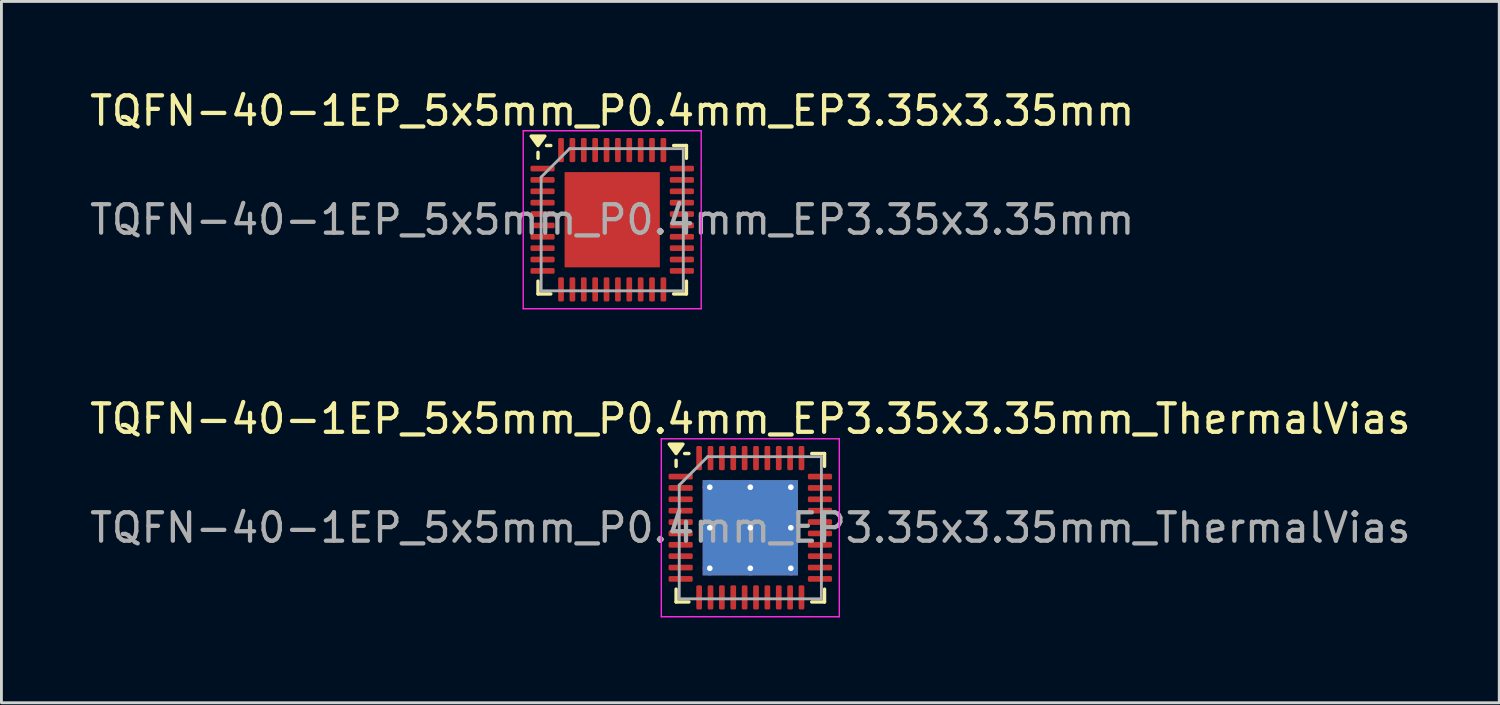
<source format=kicad_pcb>
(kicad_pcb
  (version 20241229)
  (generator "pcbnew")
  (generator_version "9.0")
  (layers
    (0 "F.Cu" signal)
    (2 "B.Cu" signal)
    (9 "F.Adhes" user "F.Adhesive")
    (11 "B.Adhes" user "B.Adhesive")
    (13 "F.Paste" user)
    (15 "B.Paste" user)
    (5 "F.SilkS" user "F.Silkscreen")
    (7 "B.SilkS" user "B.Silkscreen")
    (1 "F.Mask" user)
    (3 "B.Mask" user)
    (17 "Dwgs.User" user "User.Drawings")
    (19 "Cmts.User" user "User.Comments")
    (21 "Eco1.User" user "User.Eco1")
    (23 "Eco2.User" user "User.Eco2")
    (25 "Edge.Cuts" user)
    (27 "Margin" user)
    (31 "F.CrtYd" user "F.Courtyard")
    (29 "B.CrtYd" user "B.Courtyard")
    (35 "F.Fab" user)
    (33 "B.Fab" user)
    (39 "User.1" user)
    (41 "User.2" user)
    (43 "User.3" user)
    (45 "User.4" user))
  (footprint "TQFN-40-1EP_5x5mm_P0.4mm_EP3.35x3.35mm"
    (layer "F.Cu")
    (at 18.482 4.678)
    (property "Reference" "TQFN-40-1EP_5x5mm_P0.4mm_EP3.35x3.35mm" (at 0 -3.83 0) (layer "F.SilkS") (effects (font (size 1 1) (thickness 0.15))))
    (attr smd)
    (fp_line (start -2.61 -2.16) (end -2.61 -2.37) (stroke (width 0.12) (type solid)) (layer "F.SilkS"))
    (fp_line (start -2.61 2.61) (end -2.61 2.16) (stroke (width 0.12) (type solid)) (layer "F.SilkS"))
    (fp_line (start -2.16 -2.61) (end -2.31 -2.61) (stroke (width 0.12) (type solid)) (layer "F.SilkS"))
    (fp_line (start -2.16 2.61) (end -2.61 2.61) (stroke (width 0.12) (type solid)) (layer "F.SilkS"))
    (fp_line (start 2.16 -2.61) (end 2.61 -2.61) (stroke (width 0.12) (type solid)) (layer "F.SilkS"))
    (fp_line (start 2.16 2.61) (end 2.61 2.61) (stroke (width 0.12) (type solid)) (layer "F.SilkS"))
    (fp_line (start 2.61 -2.61) (end 2.61 -2.16) (stroke (width 0.12) (type solid)) (layer "F.SilkS"))
    (fp_line (start 2.61 2.61) (end 2.61 2.16) (stroke (width 0.12) (type solid)) (layer "F.SilkS"))
    (fp_poly (pts (xy -2.61 -2.61) (xy -2.85 -2.94) (xy -2.37 -2.94) (xy -2.61 -2.61)) (stroke (width 0.12) (type solid)) (fill yes) (layer "F.SilkS"))
    (fp_line (start -3.13 -3.13) (end -3.13 3.13) (stroke (width 0.05) (type solid)) (layer "F.CrtYd"))
    (fp_line (start -3.13 3.13) (end 3.13 3.13) (stroke (width 0.05) (type solid)) (layer "F.CrtYd"))
    (fp_line (start 3.13 -3.13) (end -3.13 -3.13) (stroke (width 0.05) (type solid)) (layer "F.CrtYd"))
    (fp_line (start 3.13 3.13) (end 3.13 -3.13) (stroke (width 0.05) (type solid)) (layer "F.CrtYd"))
    (fp_line (start -2.5 -1.5) (end -1.5 -2.5) (stroke (width 0.1) (type solid)) (layer "F.Fab"))
    (fp_line (start -2.5 2.5) (end -2.5 -1.5) (stroke (width 0.1) (type solid)) (layer "F.Fab"))
    (fp_line (start -1.5 -2.5) (end 2.5 -2.5) (stroke (width 0.1) (type solid)) (layer "F.Fab"))
    (fp_line (start 2.5 -2.5) (end 2.5 2.5) (stroke (width 0.1) (type solid)) (layer "F.Fab"))
    (fp_line (start 2.5 2.5) (end -2.5 2.5) (stroke (width 0.1) (type solid)) (layer "F.Fab"))
    (fp_text user "${REFERENCE}" (at 0 0 0) (layer "F.Fab") (effects (font (size 1 1) (thickness 0.15))))
    (pad "" smd roundrect (at -0.84 -0.84) (size 1.35 1.35) (layers "F.Paste") (roundrect_rratio 0.185))
    (pad "" smd roundrect (at -0.84 0.84) (size 1.35 1.35) (layers "F.Paste") (roundrect_rratio 0.185))
    (pad "" smd roundrect (at 0.84 -0.84) (size 1.35 1.35) (layers "F.Paste") (roundrect_rratio 0.185))
    (pad "" smd roundrect (at 0.84 0.84) (size 1.35 1.35) (layers "F.Paste") (roundrect_rratio 0.185))
    (pad "1" smd roundrect (at -2.45 -1.8) (size 0.85 0.2) (layers "F.Cu" "F.Mask" "F.Paste") (roundrect_rratio 0.25))
    (pad "2" smd roundrect (at -2.45 -1.4) (size 0.85 0.2) (layers "F.Cu" "F.Mask" "F.Paste") (roundrect_rratio 0.25))
    (pad "3" smd roundrect (at -2.45 -1) (size 0.85 0.2) (layers "F.Cu" "F.Mask" "F.Paste") (roundrect_rratio 0.25))
    (pad "4" smd roundrect (at -2.45 -0.6) (size 0.85 0.2) (layers "F.Cu" "F.Mask" "F.Paste") (roundrect_rratio 0.25))
    (pad "5" smd roundrect (at -2.45 -0.2) (size 0.85 0.2) (layers "F.Cu" "F.Mask" "F.Paste") (roundrect_rratio 0.25))
    (pad "6" smd roundrect (at -2.45 0.2) (size 0.85 0.2) (layers "F.Cu" "F.Mask" "F.Paste") (roundrect_rratio 0.25))
    (pad "7" smd roundrect (at -2.45 0.6) (size 0.85 0.2) (layers "F.Cu" "F.Mask" "F.Paste") (roundrect_rratio 0.25))
    (pad "8" smd roundrect (at -2.45 1) (size 0.85 0.2) (layers "F.Cu" "F.Mask" "F.Paste") (roundrect_rratio 0.25))
    (pad "9" smd roundrect (at -2.45 1.4) (size 0.85 0.2) (layers "F.Cu" "F.Mask" "F.Paste") (roundrect_rratio 0.25))
    (pad "10" smd roundrect (at -2.45 1.8) (size 0.85 0.2) (layers "F.Cu" "F.Mask" "F.Paste") (roundrect_rratio 0.25))
    (pad "11" smd roundrect (at -1.8 2.45) (size 0.2 0.85) (layers "F.Cu" "F.Mask" "F.Paste") (roundrect_rratio 0.25))
    (pad "12" smd roundrect (at -1.4 2.45) (size 0.2 0.85) (layers "F.Cu" "F.Mask" "F.Paste") (roundrect_rratio 0.25))
    (pad "13" smd roundrect (at -1 2.45) (size 0.2 0.85) (layers "F.Cu" "F.Mask" "F.Paste") (roundrect_rratio 0.25))
    (pad "14" smd roundrect (at -0.6 2.45) (size 0.2 0.85) (layers "F.Cu" "F.Mask" "F.Paste") (roundrect_rratio 0.25))
    (pad "15" smd roundrect (at -0.2 2.45) (size 0.2 0.85) (layers "F.Cu" "F.Mask" "F.Paste") (roundrect_rratio 0.25))
    (pad "16" smd roundrect (at 0.2 2.45) (size 0.2 0.85) (layers "F.Cu" "F.Mask" "F.Paste") (roundrect_rratio 0.25))
    (pad "17" smd roundrect (at 0.6 2.45) (size 0.2 0.85) (layers "F.Cu" "F.Mask" "F.Paste") (roundrect_rratio 0.25))
    (pad "18" smd roundrect (at 1 2.45) (size 0.2 0.85) (layers "F.Cu" "F.Mask" "F.Paste") (roundrect_rratio 0.25))
    (pad "19" smd roundrect (at 1.4 2.45) (size 0.2 0.85) (layers "F.Cu" "F.Mask" "F.Paste") (roundrect_rratio 0.25))
    (pad "20" smd roundrect (at 1.8 2.45) (size 0.2 0.85) (layers "F.Cu" "F.Mask" "F.Paste") (roundrect_rratio 0.25))
    (pad "21" smd roundrect (at 2.45 1.8) (size 0.85 0.2) (layers "F.Cu" "F.Mask" "F.Paste") (roundrect_rratio 0.25))
    (pad "22" smd roundrect (at 2.45 1.4) (size 0.85 0.2) (layers "F.Cu" "F.Mask" "F.Paste") (roundrect_rratio 0.25))
    (pad "23" smd roundrect (at 2.45 1) (size 0.85 0.2) (layers "F.Cu" "F.Mask" "F.Paste") (roundrect_rratio 0.25))
    (pad "24" smd roundrect (at 2.45 0.6) (size 0.85 0.2) (layers "F.Cu" "F.Mask" "F.Paste") (roundrect_rratio 0.25))
    (pad "25" smd roundrect (at 2.45 0.2) (size 0.85 0.2) (layers "F.Cu" "F.Mask" "F.Paste") (roundrect_rratio 0.25))
    (pad "26" smd roundrect (at 2.45 -0.2) (size 0.85 0.2) (layers "F.Cu" "F.Mask" "F.Paste") (roundrect_rratio 0.25))
    (pad "27" smd roundrect (at 2.45 -0.6) (size 0.85 0.2) (layers "F.Cu" "F.Mask" "F.Paste") (roundrect_rratio 0.25))
    (pad "28" smd roundrect (at 2.45 -1) (size 0.85 0.2) (layers "F.Cu" "F.Mask" "F.Paste") (roundrect_rratio 0.25))
    (pad "29" smd roundrect (at 2.45 -1.4) (size 0.85 0.2) (layers "F.Cu" "F.Mask" "F.Paste") (roundrect_rratio 0.25))
    (pad "30" smd roundrect (at 2.45 -1.8) (size 0.85 0.2) (layers "F.Cu" "F.Mask" "F.Paste") (roundrect_rratio 0.25))
    (pad "31" smd roundrect (at 1.8 -2.45) (size 0.2 0.85) (layers "F.Cu" "F.Mask" "F.Paste") (roundrect_rratio 0.25))
    (pad "32" smd roundrect (at 1.4 -2.45) (size 0.2 0.85) (layers "F.Cu" "F.Mask" "F.Paste") (roundrect_rratio 0.25))
    (pad "33" smd roundrect (at 1 -2.45) (size 0.2 0.85) (layers "F.Cu" "F.Mask" "F.Paste") (roundrect_rratio 0.25))
    (pad "34" smd roundrect (at 0.6 -2.45) (size 0.2 0.85) (layers "F.Cu" "F.Mask" "F.Paste") (roundrect_rratio 0.25))
    (pad "35" smd roundrect (at 0.2 -2.45) (size 0.2 0.85) (layers "F.Cu" "F.Mask" "F.Paste") (roundrect_rratio 0.25))
    (pad "36" smd roundrect (at -0.2 -2.45) (size 0.2 0.85) (layers "F.Cu" "F.Mask" "F.Paste") (roundrect_rratio 0.25))
    (pad "37" smd roundrect (at -0.6 -2.45) (size 0.2 0.85) (layers "F.Cu" "F.Mask" "F.Paste") (roundrect_rratio 0.25))
    (pad "38" smd roundrect (at -1 -2.45) (size 0.2 0.85) (layers "F.Cu" "F.Mask" "F.Paste") (roundrect_rratio 0.25))
    (pad "39" smd roundrect (at -1.4 -2.45) (size 0.2 0.85) (layers "F.Cu" "F.Mask" "F.Paste") (roundrect_rratio 0.25))
    (pad "40" smd roundrect (at -1.8 -2.45) (size 0.2 0.85) (layers "F.Cu" "F.Mask" "F.Paste") (roundrect_rratio 0.25))
    (pad "41" smd rect (at 0 0) (size 3.35 3.35) (property pad_prop_heatsink) (layers "F.Cu" "F.Mask")))
  (footprint "TQFN-40-1EP_5x5mm_P0.4mm_EP3.35x3.35mm_ThermalVias"
    (layer "F.Cu")
    (at 23.339 15.511)
    (property "Reference" "TQFN-40-1EP_5x5mm_P0.4mm_EP3.35x3.35mm_ThermalVias" (at 0 -3.83 0) (layer "F.SilkS") (effects (font (size 1 1) (thickness 0.15))))
    (attr smd)
    (fp_line (start -2.61 -2.16) (end -2.61 -2.37) (stroke (width 0.12) (type solid)) (layer "F.SilkS"))
    (fp_line (start -2.61 2.61) (end -2.61 2.16) (stroke (width 0.12) (type solid)) (layer "F.SilkS"))
    (fp_line (start -2.16 -2.61) (end -2.31 -2.61) (stroke (width 0.12) (type solid)) (layer "F.SilkS"))
    (fp_line (start -2.16 2.61) (end -2.61 2.61) (stroke (width 0.12) (type solid)) (layer "F.SilkS"))
    (fp_line (start 2.16 -2.61) (end 2.61 -2.61) (stroke (width 0.12) (type solid)) (layer "F.SilkS"))
    (fp_line (start 2.16 2.61) (end 2.61 2.61) (stroke (width 0.12) (type solid)) (layer "F.SilkS"))
    (fp_line (start 2.61 -2.61) (end 2.61 -2.16) (stroke (width 0.12) (type solid)) (layer "F.SilkS"))
    (fp_line (start 2.61 2.61) (end 2.61 2.16) (stroke (width 0.12) (type solid)) (layer "F.SilkS"))
    (fp_poly (pts (xy -2.61 -2.61) (xy -2.85 -2.94) (xy -2.37 -2.94) (xy -2.61 -2.61)) (stroke (width 0.12) (type solid)) (fill yes) (layer "F.SilkS"))
    (fp_line (start -3.13 -3.13) (end -3.13 3.13) (stroke (width 0.05) (type solid)) (layer "F.CrtYd"))
    (fp_line (start -3.13 3.13) (end 3.13 3.13) (stroke (width 0.05) (type solid)) (layer "F.CrtYd"))
    (fp_line (start 3.13 -3.13) (end -3.13 -3.13) (stroke (width 0.05) (type solid)) (layer "F.CrtYd"))
    (fp_line (start 3.13 3.13) (end 3.13 -3.13) (stroke (width 0.05) (type solid)) (layer "F.CrtYd"))
    (fp_line (start -2.5 -1.5) (end -1.5 -2.5) (stroke (width 0.1) (type solid)) (layer "F.Fab"))
    (fp_line (start -2.5 2.5) (end -2.5 -1.5) (stroke (width 0.1) (type solid)) (layer "F.Fab"))
    (fp_line (start -1.5 -2.5) (end 2.5 -2.5) (stroke (width 0.1) (type solid)) (layer "F.Fab"))
    (fp_line (start 2.5 -2.5) (end 2.5 2.5) (stroke (width 0.1) (type solid)) (layer "F.Fab"))
    (fp_line (start 2.5 2.5) (end -2.5 2.5) (stroke (width 0.1) (type solid)) (layer "F.Fab"))
    (fp_text user "${REFERENCE}" (at 0 0 0) (layer "F.Fab") (effects (font (size 1 1) (thickness 0.15))))
    (pad "" smd roundrect (at -0.84 -0.84) (size 1.35 1.35) (layers "F.Paste") (roundrect_rratio 0.185))
    (pad "" smd roundrect (at -0.84 0.84) (size 1.35 1.35) (layers "F.Paste") (roundrect_rratio 0.185))
    (pad "" smd roundrect (at 0.84 -0.84) (size 1.35 1.35) (layers "F.Paste") (roundrect_rratio 0.185))
    (pad "" smd roundrect (at 0.84 0.84) (size 1.35 1.35) (layers "F.Paste") (roundrect_rratio 0.185))
    (pad "1" smd roundrect (at -2.45 -1.8) (size 0.85 0.2) (layers "F.Cu" "F.Mask" "F.Paste") (roundrect_rratio 0.25))
    (pad "2" smd roundrect (at -2.45 -1.4) (size 0.85 0.2) (layers "F.Cu" "F.Mask" "F.Paste") (roundrect_rratio 0.25))
    (pad "3" smd roundrect (at -2.45 -1) (size 0.85 0.2) (layers "F.Cu" "F.Mask" "F.Paste") (roundrect_rratio 0.25))
    (pad "4" smd roundrect (at -2.45 -0.6) (size 0.85 0.2) (layers "F.Cu" "F.Mask" "F.Paste") (roundrect_rratio 0.25))
    (pad "5" smd roundrect (at -2.45 -0.2) (size 0.85 0.2) (layers "F.Cu" "F.Mask" "F.Paste") (roundrect_rratio 0.25))
    (pad "6" smd roundrect (at -2.45 0.2) (size 0.85 0.2) (layers "F.Cu" "F.Mask" "F.Paste") (roundrect_rratio 0.25))
    (pad "7" smd roundrect (at -2.45 0.6) (size 0.85 0.2) (layers "F.Cu" "F.Mask" "F.Paste") (roundrect_rratio 0.25))
    (pad "8" smd roundrect (at -2.45 1) (size 0.85 0.2) (layers "F.Cu" "F.Mask" "F.Paste") (roundrect_rratio 0.25))
    (pad "9" smd roundrect (at -2.45 1.4) (size 0.85 0.2) (layers "F.Cu" "F.Mask" "F.Paste") (roundrect_rratio 0.25))
    (pad "10" smd roundrect (at -2.45 1.8) (size 0.85 0.2) (layers "F.Cu" "F.Mask" "F.Paste") (roundrect_rratio 0.25))
    (pad "11" smd roundrect (at -1.8 2.45) (size 0.2 0.85) (layers "F.Cu" "F.Mask" "F.Paste") (roundrect_rratio 0.25))
    (pad "12" smd roundrect (at -1.4 2.45) (size 0.2 0.85) (layers "F.Cu" "F.Mask" "F.Paste") (roundrect_rratio 0.25))
    (pad "13" smd roundrect (at -1 2.45) (size 0.2 0.85) (layers "F.Cu" "F.Mask" "F.Paste") (roundrect_rratio 0.25))
    (pad "14" smd roundrect (at -0.6 2.45) (size 0.2 0.85) (layers "F.Cu" "F.Mask" "F.Paste") (roundrect_rratio 0.25))
    (pad "15" smd roundrect (at -0.2 2.45) (size 0.2 0.85) (layers "F.Cu" "F.Mask" "F.Paste") (roundrect_rratio 0.25))
    (pad "16" smd roundrect (at 0.2 2.45) (size 0.2 0.85) (layers "F.Cu" "F.Mask" "F.Paste") (roundrect_rratio 0.25))
    (pad "17" smd roundrect (at 0.6 2.45) (size 0.2 0.85) (layers "F.Cu" "F.Mask" "F.Paste") (roundrect_rratio 0.25))
    (pad "18" smd roundrect (at 1 2.45) (size 0.2 0.85) (layers "F.Cu" "F.Mask" "F.Paste") (roundrect_rratio 0.25))
    (pad "19" smd roundrect (at 1.4 2.45) (size 0.2 0.85) (layers "F.Cu" "F.Mask" "F.Paste") (roundrect_rratio 0.25))
    (pad "20" smd roundrect (at 1.8 2.45) (size 0.2 0.85) (layers "F.Cu" "F.Mask" "F.Paste") (roundrect_rratio 0.25))
    (pad "21" smd roundrect (at 2.45 1.8) (size 0.85 0.2) (layers "F.Cu" "F.Mask" "F.Paste") (roundrect_rratio 0.25))
    (pad "22" smd roundrect (at 2.45 1.4) (size 0.85 0.2) (layers "F.Cu" "F.Mask" "F.Paste") (roundrect_rratio 0.25))
    (pad "23" smd roundrect (at 2.45 1) (size 0.85 0.2) (layers "F.Cu" "F.Mask" "F.Paste") (roundrect_rratio 0.25))
    (pad "24" smd roundrect (at 2.45 0.6) (size 0.85 0.2) (layers "F.Cu" "F.Mask" "F.Paste") (roundrect_rratio 0.25))
    (pad "25" smd roundrect (at 2.45 0.2) (size 0.85 0.2) (layers "F.Cu" "F.Mask" "F.Paste") (roundrect_rratio 0.25))
    (pad "26" smd roundrect (at 2.45 -0.2) (size 0.85 0.2) (layers "F.Cu" "F.Mask" "F.Paste") (roundrect_rratio 0.25))
    (pad "27" smd roundrect (at 2.45 -0.6) (size 0.85 0.2) (layers "F.Cu" "F.Mask" "F.Paste") (roundrect_rratio 0.25))
    (pad "28" smd roundrect (at 2.45 -1) (size 0.85 0.2) (layers "F.Cu" "F.Mask" "F.Paste") (roundrect_rratio 0.25))
    (pad "29" smd roundrect (at 2.45 -1.4) (size 0.85 0.2) (layers "F.Cu" "F.Mask" "F.Paste") (roundrect_rratio 0.25))
    (pad "30" smd roundrect (at 2.45 -1.8) (size 0.85 0.2) (layers "F.Cu" "F.Mask" "F.Paste") (roundrect_rratio 0.25))
    (pad "31" smd roundrect (at 1.8 -2.45) (size 0.2 0.85) (layers "F.Cu" "F.Mask" "F.Paste") (roundrect_rratio 0.25))
    (pad "32" smd roundrect (at 1.4 -2.45) (size 0.2 0.85) (layers "F.Cu" "F.Mask" "F.Paste") (roundrect_rratio 0.25))
    (pad "33" smd roundrect (at 1 -2.45) (size 0.2 0.85) (layers "F.Cu" "F.Mask" "F.Paste") (roundrect_rratio 0.25))
    (pad "34" smd roundrect (at 0.6 -2.45) (size 0.2 0.85) (layers "F.Cu" "F.Mask" "F.Paste") (roundrect_rratio 0.25))
    (pad "35" smd roundrect (at 0.2 -2.45) (size 0.2 0.85) (layers "F.Cu" "F.Mask" "F.Paste") (roundrect_rratio 0.25))
    (pad "36" smd roundrect (at -0.2 -2.45) (size 0.2 0.85) (layers "F.Cu" "F.Mask" "F.Paste") (roundrect_rratio 0.25))
    (pad "37" smd roundrect (at -0.6 -2.45) (size 0.2 0.85) (layers "F.Cu" "F.Mask" "F.Paste") (roundrect_rratio 0.25))
    (pad "38" smd roundrect (at -1 -2.45) (size 0.2 0.85) (layers "F.Cu" "F.Mask" "F.Paste") (roundrect_rratio 0.25))
    (pad "39" smd roundrect (at -1.4 -2.45) (size 0.2 0.85) (layers "F.Cu" "F.Mask" "F.Paste") (roundrect_rratio 0.25))
    (pad "40" smd roundrect (at -1.8 -2.45) (size 0.2 0.85) (layers "F.Cu" "F.Mask" "F.Paste") (roundrect_rratio 0.25))
    (pad "41" thru_hole circle (at -1.425 -1.425) (size 0.5 0.5) (drill 0.2) (property pad_prop_heatsink) (layers "*.Cu"))
    (pad "41" thru_hole circle (at -1.425 0) (size 0.5 0.5) (drill 0.2) (property pad_prop_heatsink) (layers "*.Cu"))
    (pad "41" thru_hole circle (at -1.425 1.425) (size 0.5 0.5) (drill 0.2) (property pad_prop_heatsink) (layers "*.Cu"))
    (pad "41" thru_hole circle (at 0 -1.425) (size 0.5 0.5) (drill 0.2) (property pad_prop_heatsink) (layers "*.Cu"))
    (pad "41" thru_hole circle (at 0 0) (size 0.5 0.5) (drill 0.2) (property pad_prop_heatsink) (layers "*.Cu"))
    (pad "41" smd rect (at 0 0) (size 3.35 3.35) (property pad_prop_heatsink) (layers "F.Cu" "F.Mask"))
    (pad "41" smd rect (at 0 0) (size 3.35 3.35) (property pad_prop_heatsink) (layers "B.Cu"))
    (pad "41" thru_hole circle (at 0 1.425) (size 0.5 0.5) (drill 0.2) (property pad_prop_heatsink) (layers "*.Cu"))
    (pad "41" thru_hole circle (at 1.425 -1.425) (size 0.5 0.5) (drill 0.2) (property pad_prop_heatsink) (layers "*.Cu"))
    (pad "41" thru_hole circle (at 1.425 0) (size 0.5 0.5) (drill 0.2) (property pad_prop_heatsink) (layers "*.Cu"))
    (pad "41" thru_hole circle (at 1.425 1.425) (size 0.5 0.5) (drill 0.2) (property pad_prop_heatsink) (layers "*.Cu")))
  (gr_rect
    (start -3 -3)
    (end 49.679 21.666)
    (stroke (width 0.1) (type default))
    (fill no)
    (layer "Edge.Cuts")))
</source>
